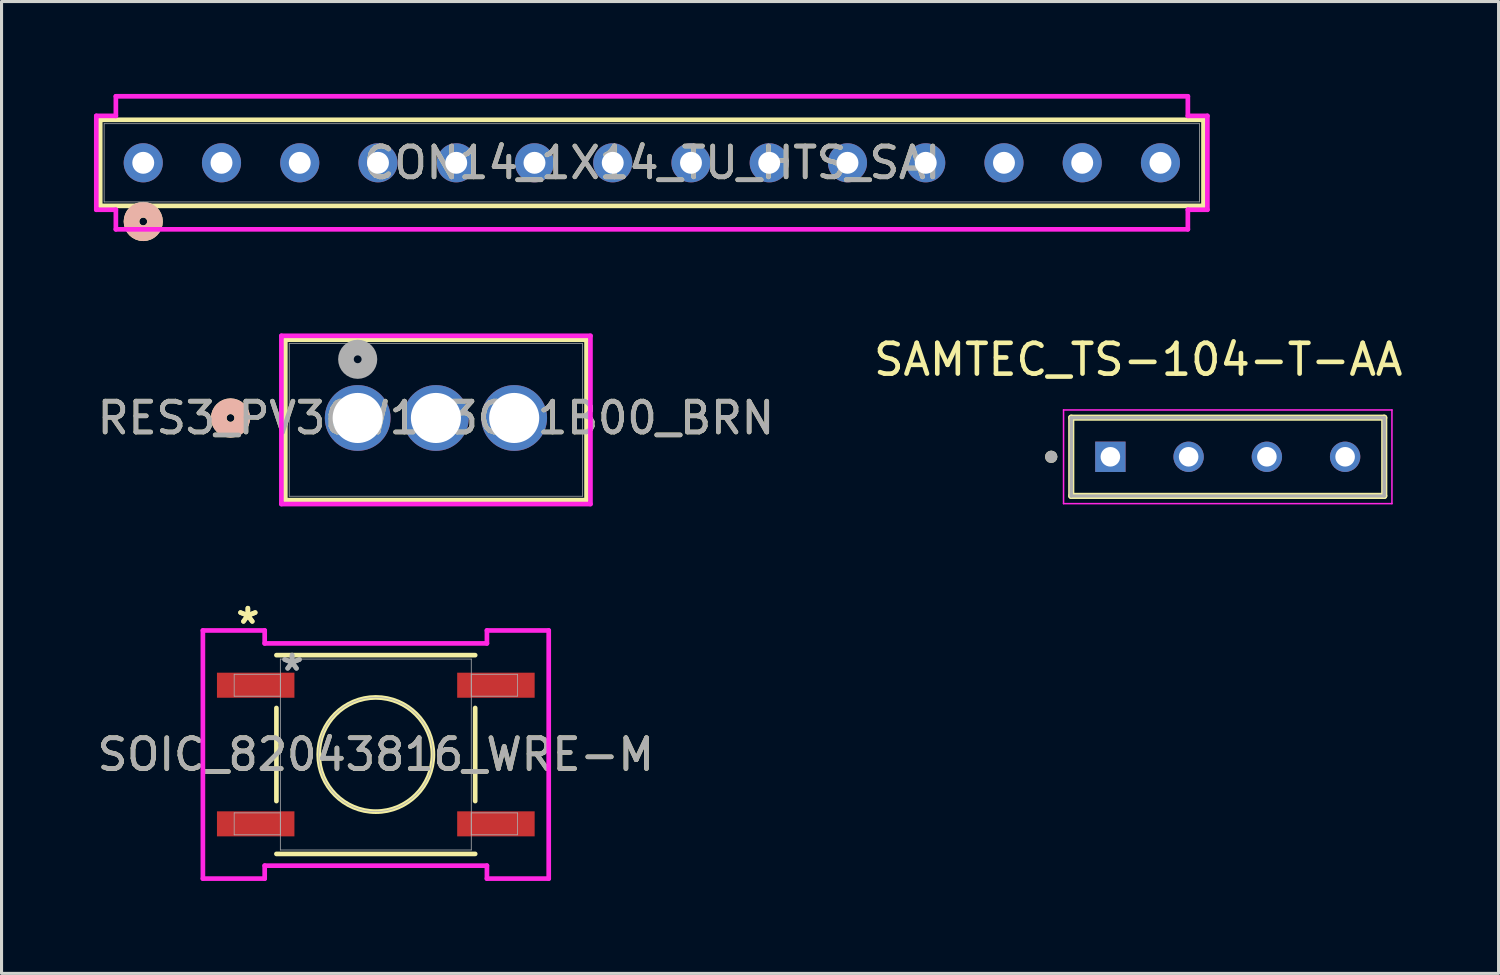
<source format=kicad_pcb>
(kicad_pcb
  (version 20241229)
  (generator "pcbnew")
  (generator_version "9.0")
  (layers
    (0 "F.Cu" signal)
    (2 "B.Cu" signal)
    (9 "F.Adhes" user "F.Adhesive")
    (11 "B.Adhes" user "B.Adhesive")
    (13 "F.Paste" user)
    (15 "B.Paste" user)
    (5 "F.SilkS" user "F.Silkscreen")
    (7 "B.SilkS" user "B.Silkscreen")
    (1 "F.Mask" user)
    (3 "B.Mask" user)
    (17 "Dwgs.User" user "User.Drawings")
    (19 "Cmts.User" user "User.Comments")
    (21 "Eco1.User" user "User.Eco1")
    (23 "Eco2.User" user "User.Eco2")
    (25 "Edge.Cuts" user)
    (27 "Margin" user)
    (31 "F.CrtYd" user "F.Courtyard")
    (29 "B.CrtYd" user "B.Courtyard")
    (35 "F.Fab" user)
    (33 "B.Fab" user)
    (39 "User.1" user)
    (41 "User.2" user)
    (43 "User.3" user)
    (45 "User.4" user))
  (footprint "RES3_PV36W103C01B00_BRN"
    (layer "F.Cu")
    (at 8.561 10.518)
    (property "Reference" "RES3_PV36W103C01B00_BRN" (at 2.54 0 0) (unlocked yes) (layer "F.SilkS") (effects (font (size 1 1) (thickness 0.15))))
    (attr through_hole)
    (fp_line (start -2.349 -2.54) (end -2.349 2.667) (stroke (width 0.152) (type solid)) (layer "F.SilkS"))
    (fp_line (start -2.349 2.667) (end 7.429 2.667) (stroke (width 0.152) (type solid)) (layer "F.SilkS"))
    (fp_line (start 7.429 -2.54) (end -2.349 -2.54) (stroke (width 0.152) (type solid)) (layer "F.SilkS"))
    (fp_line (start 7.429 2.667) (end 7.429 -2.54) (stroke (width 0.152) (type solid)) (layer "F.SilkS"))
    (fp_circle (center -4.128 0) (end -3.747 0) (stroke (width 0.508) (type solid)) (fill no) (layer "F.SilkS"))
    (fp_circle (center -4.128 0) (end -3.747 0) (stroke (width 0.508) (type solid)) (fill no) (layer "B.SilkS"))
    (fp_line (start -2.477 -2.667) (end -2.477 2.794) (stroke (width 0.152) (type solid)) (layer "F.CrtYd"))
    (fp_line (start -2.477 2.794) (end 7.556 2.794) (stroke (width 0.152) (type solid)) (layer "F.CrtYd"))
    (fp_line (start 7.556 -2.667) (end -2.477 -2.667) (stroke (width 0.152) (type solid)) (layer "F.CrtYd"))
    (fp_line (start 7.556 2.794) (end 7.556 -2.667) (stroke (width 0.152) (type solid)) (layer "F.CrtYd"))
    (fp_line (start -2.223 -2.413) (end -2.223 2.54) (stroke (width 0.025) (type solid)) (layer "F.Fab"))
    (fp_line (start -2.223 2.54) (end 7.303 2.54) (stroke (width 0.025) (type solid)) (layer "F.Fab"))
    (fp_line (start 7.303 -2.413) (end -2.223 -2.413) (stroke (width 0.025) (type solid)) (layer "F.Fab"))
    (fp_line (start 7.303 2.54) (end 7.303 -2.413) (stroke (width 0.025) (type solid)) (layer "F.Fab"))
    (fp_circle (center 0 -1.905) (end 0.381 -1.905) (stroke (width 0.508) (type solid)) (fill no) (layer "F.Fab"))
    (fp_text user "${REFERENCE}" (at 2.54 0 0) (unlocked yes) (layer "F.Fab") (effects (font (size 1 1) (thickness 0.15))))
    (pad "1" thru_hole circle (at 0 0) (size 2.134 2.134) (drill 1.626) (layers "*.Cu" "*.Mask"))
    (pad "2" thru_hole circle (at 2.54 0) (size 2.134 2.134) (drill 1.626) (layers "*.Cu" "*.Mask"))
    (pad "3" thru_hole circle (at 5.08 0) (size 2.134 2.134) (drill 1.626) (layers "*.Cu" "*.Mask")))
  (footprint "SAMTEC_TS-104-T-AA"
    (layer "F.Cu")
    (at 36.804 11.778)
    (property "Reference" "SAMTEC_TS-104-T-AA" (at -2.905 -3.155 0) (layer "F.SilkS") (effects (font (size 1 1) (thickness 0.15))))
    (attr through_hole)
    (fp_line (start -5.08 1.27) (end -5.08 -1.27) (stroke (width 0.2) (type solid)) (layer "F.SilkS"))
    (fp_line (start 5.08 -1.27) (end -5.08 -1.27) (stroke (width 0.2) (type solid)) (layer "F.SilkS"))
    (fp_line (start 5.08 -1.27) (end 5.08 1.27) (stroke (width 0.2) (type solid)) (layer "F.SilkS"))
    (fp_line (start 5.08 1.27) (end -5.08 1.27) (stroke (width 0.2) (type solid)) (layer "F.SilkS"))
    (fp_circle (center -5.73 0) (end -5.63 0) (stroke (width 0.2) (type solid)) (fill no) (layer "F.SilkS"))
    (fp_line (start -5.33 -1.52) (end 5.33 -1.52) (stroke (width 0.05) (type solid)) (layer "F.CrtYd"))
    (fp_line (start -5.33 1.52) (end -5.33 -1.52) (stroke (width 0.05) (type solid)) (layer "F.CrtYd"))
    (fp_line (start 5.33 -1.52) (end 5.33 1.52) (stroke (width 0.05) (type solid)) (layer "F.CrtYd"))
    (fp_line (start 5.33 1.52) (end -5.33 1.52) (stroke (width 0.05) (type solid)) (layer "F.CrtYd"))
    (fp_line (start -5.08 -1.27) (end 5.08 -1.27) (stroke (width 0.1) (type solid)) (layer "F.Fab"))
    (fp_line (start -5.08 -1.27) (end 5.08 -1.27) (stroke (width 0.1) (type solid)) (layer "F.Fab"))
    (fp_line (start -5.08 1.27) (end -5.08 -1.27) (stroke (width 0.1) (type solid)) (layer "F.Fab"))
    (fp_line (start -5.08 1.27) (end -5.08 -1.27) (stroke (width 0.1) (type solid)) (layer "F.Fab"))
    (fp_line (start 5.08 -1.27) (end 5.08 1.27) (stroke (width 0.1) (type solid)) (layer "F.Fab"))
    (fp_line (start 5.08 -1.27) (end 5.08 1.27) (stroke (width 0.1) (type solid)) (layer "F.Fab"))
    (fp_line (start 5.08 1.27) (end -5.08 1.27) (stroke (width 0.1) (type solid)) (layer "F.Fab"))
    (fp_circle (center -5.73 0) (end -5.63 0) (stroke (width 0.2) (type solid)) (fill no) (layer "F.Fab"))
    (pad "01" thru_hole rect (at -3.81 0) (size 0.985 0.985) (drill 0.635) (layers "*.Cu" "*.Mask"))
    (pad "02" thru_hole circle (at -1.27 0) (size 0.985 0.985) (drill 0.635) (layers "*.Cu" "*.Mask"))
    (pad "03" thru_hole circle (at 1.27 0) (size 0.985 0.985) (drill 0.635) (layers "*.Cu" "*.Mask"))
    (pad "04" thru_hole circle (at 3.81 0) (size 0.985 0.985) (drill 0.635) (layers "*.Cu" "*.Mask")))
  (footprint "CON14_1X14_TU_HTS_SAI"
    (layer "F.Cu")
    (at 18.11 2.235)
    (property "Reference" "CON14_1X14_TU_HTS_SAI" (at 0 0 0) (unlocked yes) (layer "F.SilkS") (effects (font (size 1 1) (thickness 0.15))))
    (attr through_hole)
    (fp_line (start -17.907 -1.397) (end -17.907 1.397) (stroke (width 0.152) (type solid)) (layer "F.SilkS"))
    (fp_line (start -17.907 1.397) (end 17.907 1.397) (stroke (width 0.152) (type solid)) (layer "F.SilkS"))
    (fp_line (start 17.907 -1.397) (end -17.907 -1.397) (stroke (width 0.152) (type solid)) (layer "F.SilkS"))
    (fp_line (start 17.907 1.397) (end 17.907 -1.397) (stroke (width 0.152) (type solid)) (layer "F.SilkS"))
    (fp_circle (center -16.51 1.905) (end -16.129 1.905) (stroke (width 0.508) (type solid)) (fill no) (layer "F.SilkS"))
    (fp_circle (center -16.51 1.905) (end -16.129 1.905) (stroke (width 0.508) (type solid)) (fill no) (layer "B.SilkS"))
    (fp_line (start -18.034 -1.524) (end -18.034 1.524) (stroke (width 0.152) (type solid)) (layer "F.CrtYd"))
    (fp_line (start -18.034 1.524) (end -17.399 1.524) (stroke (width 0.152) (type solid)) (layer "F.CrtYd"))
    (fp_line (start -17.399 -2.159) (end -17.399 -1.524) (stroke (width 0.152) (type solid)) (layer "F.CrtYd"))
    (fp_line (start -17.399 -1.524) (end -18.034 -1.524) (stroke (width 0.152) (type solid)) (layer "F.CrtYd"))
    (fp_line (start -17.399 1.524) (end -17.399 2.159) (stroke (width 0.152) (type solid)) (layer "F.CrtYd"))
    (fp_line (start -17.399 2.159) (end 17.399 2.159) (stroke (width 0.152) (type solid)) (layer "F.CrtYd"))
    (fp_line (start 17.399 -2.159) (end -17.399 -2.159) (stroke (width 0.152) (type solid)) (layer "F.CrtYd"))
    (fp_line (start 17.399 -1.524) (end 17.399 -2.159) (stroke (width 0.152) (type solid)) (layer "F.CrtYd"))
    (fp_line (start 17.399 1.524) (end 18.034 1.524) (stroke (width 0.152) (type solid)) (layer "F.CrtYd"))
    (fp_line (start 17.399 2.159) (end 17.399 1.524) (stroke (width 0.152) (type solid)) (layer "F.CrtYd"))
    (fp_line (start 18.034 -1.524) (end 17.399 -1.524) (stroke (width 0.152) (type solid)) (layer "F.CrtYd"))
    (fp_line (start 18.034 1.524) (end 18.034 -1.524) (stroke (width 0.152) (type solid)) (layer "F.CrtYd"))
    (fp_line (start -17.78 -1.27) (end -17.78 1.27) (stroke (width 0.025) (type solid)) (layer "F.Fab"))
    (fp_line (start -17.78 1.27) (end 17.78 1.27) (stroke (width 0.025) (type solid)) (layer "F.Fab"))
    (fp_line (start 17.78 -1.27) (end -17.78 -1.27) (stroke (width 0.025) (type solid)) (layer "F.Fab"))
    (fp_line (start 17.78 1.27) (end 17.78 -1.27) (stroke (width 0.025) (type solid)) (layer "F.Fab"))
    (fp_circle (center -16.51 0) (end -16.256 0) (stroke (width 0.025) (type solid)) (fill no) (layer "F.Fab"))
    (fp_text user "${REFERENCE}" (at 0 0 0) (unlocked yes) (layer "F.Fab") (effects (font (size 1 1) (thickness 0.15))))
    (pad "1" thru_hole circle (at -16.51 0 90) (size 1.27 1.27) (drill 0.711) (layers "*.Cu" "*.Mask"))
    (pad "2" thru_hole circle (at -13.97 0 90) (size 1.27 1.27) (drill 0.711) (layers "*.Cu" "*.Mask"))
    (pad "3" thru_hole circle (at -11.43 0 90) (size 1.27 1.27) (drill 0.711) (layers "*.Cu" "*.Mask"))
    (pad "4" thru_hole circle (at -8.89 0 90) (size 1.27 1.27) (drill 0.711) (layers "*.Cu" "*.Mask"))
    (pad "5" thru_hole circle (at -6.35 0 90) (size 1.27 1.27) (drill 0.711) (layers "*.Cu" "*.Mask"))
    (pad "6" thru_hole circle (at -3.81 0 90) (size 1.27 1.27) (drill 0.711) (layers "*.Cu" "*.Mask"))
    (pad "7" thru_hole circle (at -1.27 0 90) (size 1.27 1.27) (drill 0.711) (layers "*.Cu" "*.Mask"))
    (pad "8" thru_hole circle (at 1.27 0 90) (size 1.27 1.27) (drill 0.711) (layers "*.Cu" "*.Mask"))
    (pad "9" thru_hole circle (at 3.81 0 90) (size 1.27 1.27) (drill 0.711) (layers "*.Cu" "*.Mask"))
    (pad "10" thru_hole circle (at 6.35 0 90) (size 1.27 1.27) (drill 0.711) (layers "*.Cu" "*.Mask"))
    (pad "11" thru_hole circle (at 8.89 0 90) (size 1.27 1.27) (drill 0.711) (layers "*.Cu" "*.Mask"))
    (pad "12" thru_hole circle (at 11.43 0 90) (size 1.27 1.27) (drill 0.711) (layers "*.Cu" "*.Mask"))
    (pad "13" thru_hole circle (at 13.97 0 90) (size 1.27 1.27) (drill 0.711) (layers "*.Cu" "*.Mask"))
    (pad "14" thru_hole circle (at 16.51 0 90) (size 1.27 1.27) (drill 0.711) (layers "*.Cu" "*.Mask")))
  (footprint "SOIC_82043816_WRE-M"
    (layer "F.Cu")
    (at 9.149 21.443)
    (property "Reference" "SOIC_82043816_WRE-M" (at 0 0 0) (unlocked yes) (layer "F.SilkS") (effects (font (size 1 1) (thickness 0.15))))
    (attr smd)
    (fp_line (start -3.226 -1.511) (end -3.226 1.511) (stroke (width 0.152) (type solid)) (layer "F.SilkS"))
    (fp_line (start -3.226 3.226) (end 3.226 3.226) (stroke (width 0.152) (type solid)) (layer "F.SilkS"))
    (fp_line (start 3.226 -3.226) (end -3.226 -3.226) (stroke (width 0.152) (type solid)) (layer "F.SilkS"))
    (fp_line (start 3.226 1.511) (end 3.226 -1.511) (stroke (width 0.152) (type solid)) (layer "F.SilkS"))
    (fp_circle (center 0 0) (end 1.854 0) (stroke (width 0.152) (type solid)) (fill no) (layer "F.SilkS"))
    (fp_line (start -5.613 -4.028) (end -3.607 -4.028) (stroke (width 0.152) (type solid)) (layer "F.CrtYd"))
    (fp_line (start -5.613 4.028) (end -5.613 -4.028) (stroke (width 0.152) (type solid)) (layer "F.CrtYd"))
    (fp_line (start -3.607 -4.028) (end -3.607 -3.607) (stroke (width 0.152) (type solid)) (layer "F.CrtYd"))
    (fp_line (start -3.607 -3.607) (end 3.607 -3.607) (stroke (width 0.152) (type solid)) (layer "F.CrtYd"))
    (fp_line (start -3.607 3.607) (end -3.607 4.028) (stroke (width 0.152) (type solid)) (layer "F.CrtYd"))
    (fp_line (start -3.607 4.028) (end -5.613 4.028) (stroke (width 0.152) (type solid)) (layer "F.CrtYd"))
    (fp_line (start 3.607 -4.028) (end 5.613 -4.028) (stroke (width 0.152) (type solid)) (layer "F.CrtYd"))
    (fp_line (start 3.607 -3.607) (end 3.607 -4.028) (stroke (width 0.152) (type solid)) (layer "F.CrtYd"))
    (fp_line (start 3.607 3.607) (end -3.607 3.607) (stroke (width 0.152) (type solid)) (layer "F.CrtYd"))
    (fp_line (start 3.607 4.028) (end 3.607 3.607) (stroke (width 0.152) (type solid)) (layer "F.CrtYd"))
    (fp_line (start 5.613 -4.028) (end 5.613 4.028) (stroke (width 0.152) (type solid)) (layer "F.CrtYd"))
    (fp_line (start 5.613 4.028) (end 3.607 4.028) (stroke (width 0.152) (type solid)) (layer "F.CrtYd"))
    (fp_line (start -4.597 -2.606) (end -4.597 -1.894) (stroke (width 0.025) (type solid)) (layer "F.Fab"))
    (fp_line (start -4.597 -1.894) (end -3.099 -1.894) (stroke (width 0.025) (type solid)) (layer "F.Fab"))
    (fp_line (start -4.597 1.894) (end -4.597 2.606) (stroke (width 0.025) (type solid)) (layer "F.Fab"))
    (fp_line (start -4.597 2.606) (end -3.099 2.606) (stroke (width 0.025) (type solid)) (layer "F.Fab"))
    (fp_line (start -3.099 -3.099) (end -3.099 3.099) (stroke (width 0.025) (type solid)) (layer "F.Fab"))
    (fp_line (start -3.099 -2.606) (end -4.597 -2.606) (stroke (width 0.025) (type solid)) (layer "F.Fab"))
    (fp_line (start -3.099 -1.894) (end -3.099 -2.606) (stroke (width 0.025) (type solid)) (layer "F.Fab"))
    (fp_line (start -3.099 1.894) (end -4.597 1.894) (stroke (width 0.025) (type solid)) (layer "F.Fab"))
    (fp_line (start -3.099 2.606) (end -3.099 1.894) (stroke (width 0.025) (type solid)) (layer "F.Fab"))
    (fp_line (start -3.099 3.099) (end 3.099 3.099) (stroke (width 0.025) (type solid)) (layer "F.Fab"))
    (fp_line (start 3.099 -3.099) (end -3.099 -3.099) (stroke (width 0.025) (type solid)) (layer "F.Fab"))
    (fp_line (start 3.099 -2.606) (end 3.099 -1.894) (stroke (width 0.025) (type solid)) (layer "F.Fab"))
    (fp_line (start 3.099 -1.894) (end 4.597 -1.894) (stroke (width 0.025) (type solid)) (layer "F.Fab"))
    (fp_line (start 3.099 1.894) (end 3.099 2.606) (stroke (width 0.025) (type solid)) (layer "F.Fab"))
    (fp_line (start 3.099 2.606) (end 4.597 2.606) (stroke (width 0.025) (type solid)) (layer "F.Fab"))
    (fp_line (start 3.099 3.099) (end 3.099 -3.099) (stroke (width 0.025) (type solid)) (layer "F.Fab"))
    (fp_line (start 4.597 -2.606) (end 3.099 -2.606) (stroke (width 0.025) (type solid)) (layer "F.Fab"))
    (fp_line (start 4.597 -1.894) (end 4.597 -2.606) (stroke (width 0.025) (type solid)) (layer "F.Fab"))
    (fp_line (start 4.597 1.894) (end 3.099 1.894) (stroke (width 0.025) (type solid)) (layer "F.Fab"))
    (fp_line (start 4.597 2.606) (end 4.597 1.894) (stroke (width 0.025) (type solid)) (layer "F.Fab"))
    (fp_circle (center 0 0) (end 1.854 0) (stroke (width 0.025) (type solid)) (fill no) (layer "F.Fab"))
    (fp_text user "*" (at -4.153 -4.206 0) (unlocked yes) (layer "F.SilkS") (effects (font (size 1 1) (thickness 0.15))))
    (fp_text user "*" (at -4.153 -4.206 0) (layer "F.SilkS") (effects (font (size 1 1) (thickness 0.15))))
    (fp_text user "${REFERENCE}" (at 0 0 0) (unlocked yes) (layer "F.Fab") (effects (font (size 1 1) (thickness 0.15))))
    (fp_text user "*" (at -2.718 -2.682 0) (unlocked yes) (layer "F.Fab") (effects (font (size 1 1) (thickness 0.15))))
    (fp_text user "*" (at -2.718 -2.682 0) (layer "F.Fab") (effects (font (size 1 1) (thickness 0.15))))
    (pad "1" smd rect (at -3.899 -2.25) (size 2.515 0.813) (layers "F.Cu" "F.Mask" "F.Paste"))
    (pad "2" smd rect (at -3.899 2.25) (size 2.515 0.813) (layers "F.Cu" "F.Mask" "F.Paste"))
    (pad "3" smd rect (at 3.899 2.25) (size 2.515 0.813) (layers "F.Cu" "F.Mask" "F.Paste"))
    (pad "4" smd rect (at 3.899 -2.25) (size 2.515 0.813) (layers "F.Cu" "F.Mask" "F.Paste")))
  (gr_rect
    (start -3 -3)
    (end 45.595 28.547)
    (stroke (width 0.1) (type default))
    (fill no)
    (layer "Edge.Cuts")))
</source>
